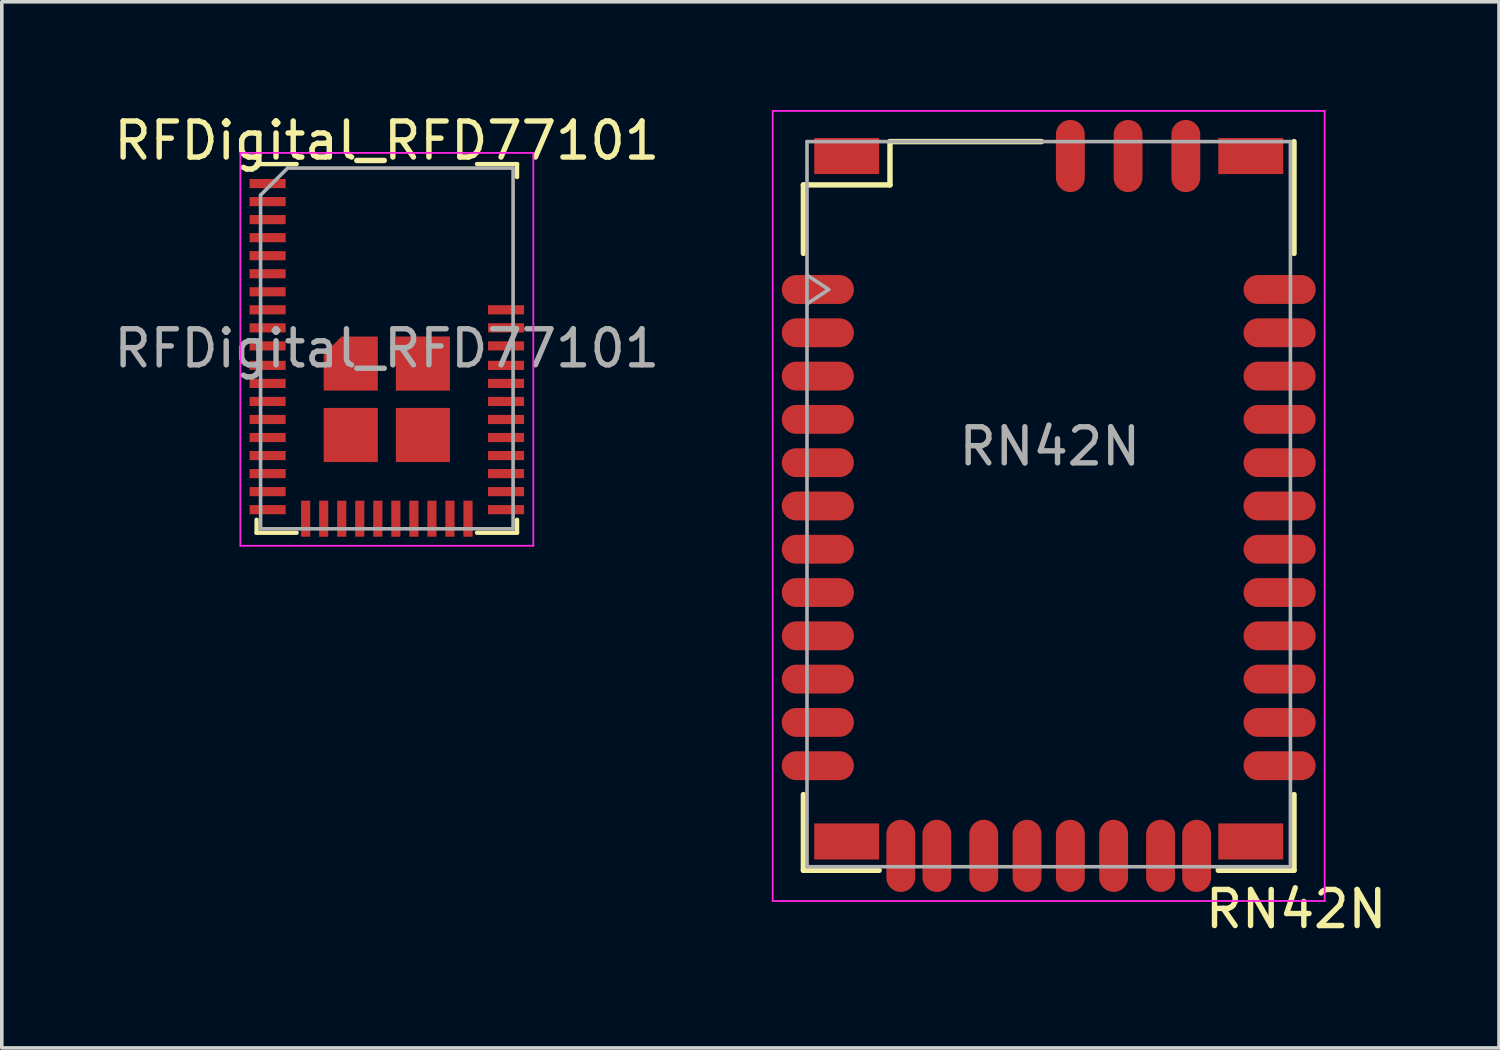
<source format=kicad_pcb>
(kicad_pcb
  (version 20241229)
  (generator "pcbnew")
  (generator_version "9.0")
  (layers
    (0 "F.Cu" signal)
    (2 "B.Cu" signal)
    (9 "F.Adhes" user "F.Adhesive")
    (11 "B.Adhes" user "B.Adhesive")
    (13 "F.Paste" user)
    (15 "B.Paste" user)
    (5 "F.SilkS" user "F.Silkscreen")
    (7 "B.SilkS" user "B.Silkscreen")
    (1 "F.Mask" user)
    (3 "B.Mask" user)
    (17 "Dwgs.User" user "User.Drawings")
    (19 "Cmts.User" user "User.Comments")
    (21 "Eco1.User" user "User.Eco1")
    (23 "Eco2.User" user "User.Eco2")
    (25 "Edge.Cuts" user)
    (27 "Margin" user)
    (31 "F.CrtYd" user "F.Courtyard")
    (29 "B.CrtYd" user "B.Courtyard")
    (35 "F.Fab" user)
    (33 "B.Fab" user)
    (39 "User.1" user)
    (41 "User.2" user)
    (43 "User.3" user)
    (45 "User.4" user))
  (footprint "RN42N"
    (layer "F.Cu")
    (at 26.02 10.975)
    (property "Reference" "RN42N" (at 6.858 11.176 0) (layer "F.SilkS") (effects (font (size 1 1) (thickness 0.15))))
    (attr smd)
    (fp_line (start -6.8 -8.9) (end -4.4 -8.9) (stroke (width 0.15) (type solid)) (layer "F.SilkS"))
    (fp_line (start -6.8 -7) (end -6.8 -8.9) (stroke (width 0.15) (type solid)) (layer "F.SilkS"))
    (fp_line (start -6.8 10.1) (end -6.8 8) (stroke (width 0.15) (type solid)) (layer "F.SilkS"))
    (fp_line (start -4.7 10.1) (end -6.8 10.1) (stroke (width 0.15) (type solid)) (layer "F.SilkS"))
    (fp_line (start -4.4 -10.1) (end -4.4 -8.9) (stroke (width 0.15) (type solid)) (layer "F.SilkS"))
    (fp_line (start -4.4 -10.1) (end -0.2 -10.1) (stroke (width 0.15) (type solid)) (layer "F.SilkS"))
    (fp_line (start 4.7 10.1) (end 6.8 10.1) (stroke (width 0.15) (type solid)) (layer "F.SilkS"))
    (fp_line (start 6.8 -10.1) (end 6.8 -7) (stroke (width 0.15) (type solid)) (layer "F.SilkS"))
    (fp_line (start 6.8 10.1) (end 6.8 8) (stroke (width 0.15) (type solid)) (layer "F.SilkS"))
    (fp_line (start -7.65 -10.95) (end 7.65 -10.95) (stroke (width 0.05) (type solid)) (layer "F.CrtYd"))
    (fp_line (start -7.65 10.95) (end -7.65 -10.95) (stroke (width 0.05) (type solid)) (layer "F.CrtYd"))
    (fp_line (start 7.65 -10.95) (end 7.65 10.95) (stroke (width 0.05) (type solid)) (layer "F.CrtYd"))
    (fp_line (start 7.65 10.95) (end -7.65 10.95) (stroke (width 0.05) (type solid)) (layer "F.CrtYd"))
    (fp_line (start -6.7 -10.1) (end -6.7 10) (stroke (width 0.1) (type solid)) (layer "F.Fab"))
    (fp_line (start -6.7 -6.4) (end -6.1 -6) (stroke (width 0.1) (type solid)) (layer "F.Fab"))
    (fp_line (start -6.7 10) (end 6.7 10) (stroke (width 0.1) (type solid)) (layer "F.Fab"))
    (fp_line (start -6.1 -6) (end -6.7 -5.6) (stroke (width 0.1) (type solid)) (layer "F.Fab"))
    (fp_line (start 6.7 -10.1) (end -6.7 -10.1) (stroke (width 0.1) (type solid)) (layer "F.Fab"))
    (fp_line (start 6.7 10) (end 6.7 -10.1) (stroke (width 0.1) (type solid)) (layer "F.Fab"))
    (fp_text user "${REFERENCE}" (at 0.03 -1.65 0) (layer "F.Fab") (effects (font (size 1 1) (thickness 0.15))))
    (pad "1" smd oval (at -6.4 -6) (size 2 0.8) (layers "F.Cu" "F.Mask" "F.Paste"))
    (pad "2" smd oval (at -6.4 -4.8) (size 2 0.8) (layers "F.Cu" "F.Mask" "F.Paste"))
    (pad "3" smd oval (at -6.4 -3.6) (size 2 0.8) (layers "F.Cu" "F.Mask" "F.Paste"))
    (pad "4" smd oval (at -6.4 -2.4) (size 2 0.8) (layers "F.Cu" "F.Mask" "F.Paste"))
    (pad "5" smd oval (at -6.4 -1.2) (size 2 0.8) (layers "F.Cu" "F.Mask" "F.Paste"))
    (pad "6" smd oval (at -6.4 0) (size 2 0.8) (layers "F.Cu" "F.Mask" "F.Paste"))
    (pad "7" smd oval (at -6.4 1.2) (size 2 0.8) (layers "F.Cu" "F.Mask" "F.Paste"))
    (pad "8" smd oval (at -6.4 2.4) (size 2 0.8) (layers "F.Cu" "F.Mask" "F.Paste"))
    (pad "9" smd oval (at -6.4 3.6) (size 2 0.8) (layers "F.Cu" "F.Mask" "F.Paste"))
    (pad "10" smd oval (at -6.4 4.8) (size 2 0.8) (layers "F.Cu" "F.Mask" "F.Paste"))
    (pad "11" smd oval (at -6.4 6) (size 2 0.8) (layers "F.Cu" "F.Mask" "F.Paste"))
    (pad "12" smd oval (at -6.4 7.2) (size 2 0.8) (layers "F.Cu" "F.Mask" "F.Paste"))
    (pad "13" smd oval (at 6.4 7.2) (size 2 0.8) (layers "F.Cu" "F.Mask" "F.Paste"))
    (pad "14" smd oval (at 6.4 6) (size 2 0.8) (layers "F.Cu" "F.Mask" "F.Paste"))
    (pad "15" smd oval (at 6.4 4.8) (size 2 0.8) (layers "F.Cu" "F.Mask" "F.Paste"))
    (pad "16" smd oval (at 6.4 3.6) (size 2 0.8) (layers "F.Cu" "F.Mask" "F.Paste"))
    (pad "17" smd oval (at 6.4 2.4) (size 2 0.8) (layers "F.Cu" "F.Mask" "F.Paste"))
    (pad "18" smd oval (at 6.4 1.2) (size 2 0.8) (layers "F.Cu" "F.Mask" "F.Paste"))
    (pad "19" smd oval (at 6.4 0) (size 2 0.8) (layers "F.Cu" "F.Mask" "F.Paste"))
    (pad "20" smd oval (at 6.4 -1.2) (size 2 0.8) (layers "F.Cu" "F.Mask" "F.Paste"))
    (pad "21" smd oval (at 6.4 -2.4) (size 2 0.8) (layers "F.Cu" "F.Mask" "F.Paste"))
    (pad "22" smd oval (at 6.4 -3.6) (size 2 0.8) (layers "F.Cu" "F.Mask" "F.Paste"))
    (pad "23" smd oval (at 6.4 -4.8) (size 2 0.8) (layers "F.Cu" "F.Mask" "F.Paste"))
    (pad "24" smd oval (at 6.4 -6) (size 2 0.8) (layers "F.Cu" "F.Mask" "F.Paste"))
    (pad "25" smd oval (at 3.8 -9.7 90) (size 2 0.8) (layers "F.Cu" "F.Mask" "F.Paste"))
    (pad "26" smd oval (at 2.2 -9.7 90) (size 2 0.8) (layers "F.Cu" "F.Mask" "F.Paste"))
    (pad "27" smd oval (at 0.6 -9.7 90) (size 2 0.8) (layers "F.Cu" "F.Mask" "F.Paste"))
    (pad "28" smd oval (at 3.1 9.7 90) (size 2 0.8) (layers "F.Cu" "F.Mask" "F.Paste"))
    (pad "29" smd oval (at -3.1 9.7 90) (size 2 0.8) (layers "F.Cu" "F.Mask" "F.Paste"))
    (pad "30" smd oval (at 4.1 9.7 90) (size 2 0.8) (layers "F.Cu" "F.Mask" "F.Paste"))
    (pad "31" smd oval (at 1.8 9.7 90) (size 2 0.8) (layers "F.Cu" "F.Mask" "F.Paste"))
    (pad "32" smd oval (at 0.6 9.7 90) (size 2 0.8) (layers "F.Cu" "F.Mask" "F.Paste"))
    (pad "33" smd oval (at -0.6 9.7 90) (size 2 0.8) (layers "F.Cu" "F.Mask" "F.Paste"))
    (pad "34" smd oval (at -1.8 9.7 90) (size 2 0.8) (layers "F.Cu" "F.Mask" "F.Paste"))
    (pad "35" smd oval (at -4.1 9.7 90) (size 2 0.8) (layers "F.Cu" "F.Mask" "F.Paste"))
    (pad "36" smd rect (at -5.6 -9.7) (size 1.8 1) (layers "F.Cu" "F.Mask" "F.Paste"))
    (pad "36" smd rect (at -5.6 9.3) (size 1.8 1) (layers "F.Cu" "F.Mask" "F.Paste"))
    (pad "36" smd rect (at 5.6 -9.7) (size 1.8 1) (layers "F.Cu" "F.Mask" "F.Paste"))
    (pad "36" smd rect (at 5.6 9.3) (size 1.8 1) (layers "F.Cu" "F.Mask" "F.Paste")))
  (footprint "RFDigital_RFD77101"
    (layer "F.Cu")
    (at 7.673 6.608)
    (property "Reference" "RFDigital_RFD77101" (at 0 -5.76 0) (layer "F.SilkS") (effects (font (size 1 1) (thickness 0.15))))
    (attr smd)
    (fp_line (start -3.61 -5.11) (end -2.5 -5.11) (stroke (width 0.12) (type solid)) (layer "F.SilkS"))
    (fp_line (start -3.61 4.75) (end -3.61 5.11) (stroke (width 0.12) (type solid)) (layer "F.SilkS"))
    (fp_line (start -3.61 5.11) (end -2.5 5.11) (stroke (width 0.12) (type solid)) (layer "F.SilkS"))
    (fp_line (start 3.61 -5.11) (end 2.5 -5.11) (stroke (width 0.12) (type solid)) (layer "F.SilkS"))
    (fp_line (start 3.61 -4.75) (end 3.61 -5.11) (stroke (width 0.12) (type solid)) (layer "F.SilkS"))
    (fp_line (start 3.61 4.75) (end 3.61 5.11) (stroke (width 0.12) (type solid)) (layer "F.SilkS"))
    (fp_line (start 3.61 5.11) (end 2.5 5.11) (stroke (width 0.12) (type solid)) (layer "F.SilkS"))
    (fp_line (start -4.06 -5.42) (end -4.06 5.47) (stroke (width 0.05) (type solid)) (layer "F.CrtYd"))
    (fp_line (start -4.06 5.47) (end 4.06 5.47) (stroke (width 0.05) (type solid)) (layer "F.CrtYd"))
    (fp_line (start 4.06 -5.42) (end -4.06 -5.42) (stroke (width 0.05) (type solid)) (layer "F.CrtYd"))
    (fp_line (start 4.06 5.47) (end 4.06 -5.42) (stroke (width 0.05) (type solid)) (layer "F.CrtYd"))
    (fp_line (start -3.5 -4.25) (end -3.5 5) (stroke (width 0.1) (type solid)) (layer "F.Fab"))
    (fp_line (start -3.5 5) (end 3.5 5) (stroke (width 0.1) (type solid)) (layer "F.Fab"))
    (fp_line (start -2.75 -5) (end -3.5 -4.25) (stroke (width 0.1) (type solid)) (layer "F.Fab"))
    (fp_line (start 3.5 -5) (end -2.75 -5) (stroke (width 0.1) (type solid)) (layer "F.Fab"))
    (fp_line (start 3.5 5) (end 3.5 -5) (stroke (width 0.1) (type solid)) (layer "F.Fab"))
    (fp_text user "${REFERENCE}" (at 0 0 0) (layer "F.Fab") (effects (font (size 1 1) (thickness 0.15))))
    (pad "1" smd rect (at -3.305 -4.57) (size 1 0.254) (layers "F.Cu" "F.Mask" "F.Paste"))
    (pad "2" smd rect (at -3.305 -4.07) (size 1 0.254) (layers "F.Cu" "F.Mask" "F.Paste"))
    (pad "3" smd rect (at -3.305 -3.57) (size 1 0.254) (layers "F.Cu" "F.Mask" "F.Paste"))
    (pad "4" smd rect (at -3.305 -3.07) (size 1 0.254) (layers "F.Cu" "F.Mask" "F.Paste"))
    (pad "5" smd rect (at -3.305 -2.57) (size 1 0.254) (layers "F.Cu" "F.Mask" "F.Paste"))
    (pad "6" smd rect (at -3.305 -2.07) (size 1 0.254) (layers "F.Cu" "F.Mask" "F.Paste"))
    (pad "7" smd rect (at -3.305 -1.57) (size 1 0.254) (layers "F.Cu" "F.Mask" "F.Paste"))
    (pad "8" smd rect (at -3.305 -1.07) (size 1 0.254) (layers "F.Cu" "F.Mask" "F.Paste"))
    (pad "9" smd rect (at -3.305 -0.57) (size 1 0.254) (layers "F.Cu" "F.Mask" "F.Paste"))
    (pad "10" smd rect (at -3.305 -0.07) (size 1 0.254) (layers "F.Cu" "F.Mask" "F.Paste"))
    (pad "11" smd rect (at -3.305 0.47) (size 1 0.254) (layers "F.Cu" "F.Mask" "F.Paste"))
    (pad "12" smd rect (at -3.305 0.97) (size 1 0.254) (layers "F.Cu" "F.Mask" "F.Paste"))
    (pad "13" smd rect (at -3.305 1.47) (size 1 0.254) (layers "F.Cu" "F.Mask" "F.Paste"))
    (pad "14" smd rect (at -3.305 1.97) (size 1 0.254) (layers "F.Cu" "F.Mask" "F.Paste"))
    (pad "15" smd rect (at -3.305 2.47) (size 1 0.254) (layers "F.Cu" "F.Mask" "F.Paste"))
    (pad "16" smd rect (at -3.305 2.97) (size 1 0.254) (layers "F.Cu" "F.Mask" "F.Paste"))
    (pad "17" smd rect (at -3.305 3.47) (size 1 0.254) (layers "F.Cu" "F.Mask" "F.Paste"))
    (pad "18" smd rect (at -3.305 3.97) (size 1 0.254) (layers "F.Cu" "F.Mask" "F.Paste"))
    (pad "19" smd rect (at -3.305 4.47) (size 1 0.254) (layers "F.Cu" "F.Mask" "F.Paste"))
    (pad "20" smd rect (at -2.25 4.72 90) (size 1 0.254) (layers "F.Cu" "F.Mask" "F.Paste"))
    (pad "21" smd rect (at -1.75 4.72 90) (size 1 0.254) (layers "F.Cu" "F.Mask" "F.Paste"))
    (pad "22" smd rect (at -1.25 4.72 90) (size 1 0.254) (layers "F.Cu" "F.Mask" "F.Paste"))
    (pad "23" smd rect (at -0.75 4.72 90) (size 1 0.254) (layers "F.Cu" "F.Mask" "F.Paste"))
    (pad "24" smd rect (at -0.25 4.72 90) (size 1 0.254) (layers "F.Cu" "F.Mask" "F.Paste"))
    (pad "25" smd rect (at 0.25 4.72 90) (size 1 0.254) (layers "F.Cu" "F.Mask" "F.Paste"))
    (pad "26" smd rect (at 0.75 4.72 90) (size 1 0.254) (layers "F.Cu" "F.Mask" "F.Paste"))
    (pad "27" smd rect (at 1.25 4.72 90) (size 1 0.254) (layers "F.Cu" "F.Mask" "F.Paste"))
    (pad "28" smd rect (at 1.75 4.72 90) (size 1 0.254) (layers "F.Cu" "F.Mask" "F.Paste"))
    (pad "29" smd rect (at 2.25 4.72 90) (size 1 0.254) (layers "F.Cu" "F.Mask" "F.Paste"))
    (pad "30" smd rect (at 3.305 4.47) (size 1 0.254) (layers "F.Cu" "F.Mask" "F.Paste"))
    (pad "31" smd rect (at 3.305 3.97) (size 1 0.254) (layers "F.Cu" "F.Mask" "F.Paste"))
    (pad "32" smd rect (at 3.305 3.47) (size 1 0.254) (layers "F.Cu" "F.Mask" "F.Paste"))
    (pad "33" smd rect (at 3.305 2.97) (size 1 0.254) (layers "F.Cu" "F.Mask" "F.Paste"))
    (pad "34" smd rect (at 3.305 2.47) (size 1 0.254) (layers "F.Cu" "F.Mask" "F.Paste"))
    (pad "35" smd rect (at 3.305 1.97) (size 1 0.254) (layers "F.Cu" "F.Mask" "F.Paste"))
    (pad "36" smd rect (at 3.305 1.47) (size 1 0.254) (layers "F.Cu" "F.Mask" "F.Paste"))
    (pad "37" smd rect (at 3.305 0.97) (size 1 0.254) (layers "F.Cu" "F.Mask" "F.Paste"))
    (pad "38" smd rect (at 3.305 0.47) (size 1 0.254) (layers "F.Cu" "F.Mask" "F.Paste"))
    (pad "39" smd rect (at 3.305 -0.07) (size 1 0.254) (layers "F.Cu" "F.Mask" "F.Paste"))
    (pad "40" smd rect (at 3.305 -0.57) (size 1 0.254) (layers "F.Cu" "F.Mask" "F.Paste"))
    (pad "41" smd rect (at 3.305 -1.07) (size 1 0.254) (layers "F.Cu" "F.Mask" "F.Paste"))
    (pad "42" smd roundrect (at -1 0.42) (size 1.5 1.5) (layers "F.Cu" "F.Mask" "F.Paste") (roundrect_rratio 0) (chamfer_ratio 0.33) (chamfer top_left))
    (pad "43" smd rect (at -1 2.4) (size 1.5 1.5) (layers "F.Cu" "F.Mask" "F.Paste"))
    (pad "44" smd rect (at 1 2.4) (size 1.5 1.5) (layers "F.Cu" "F.Mask" "F.Paste"))
    (pad "45" smd rect (at 1 0.42) (size 1.5 1.5) (layers "F.Cu" "F.Mask" "F.Paste")))
  (gr_rect
    (start -3 -3)
    (end 38.503 25.999)
    (stroke (width 0.1) (type default))
    (fill no)
    (layer "Edge.Cuts")))
</source>
